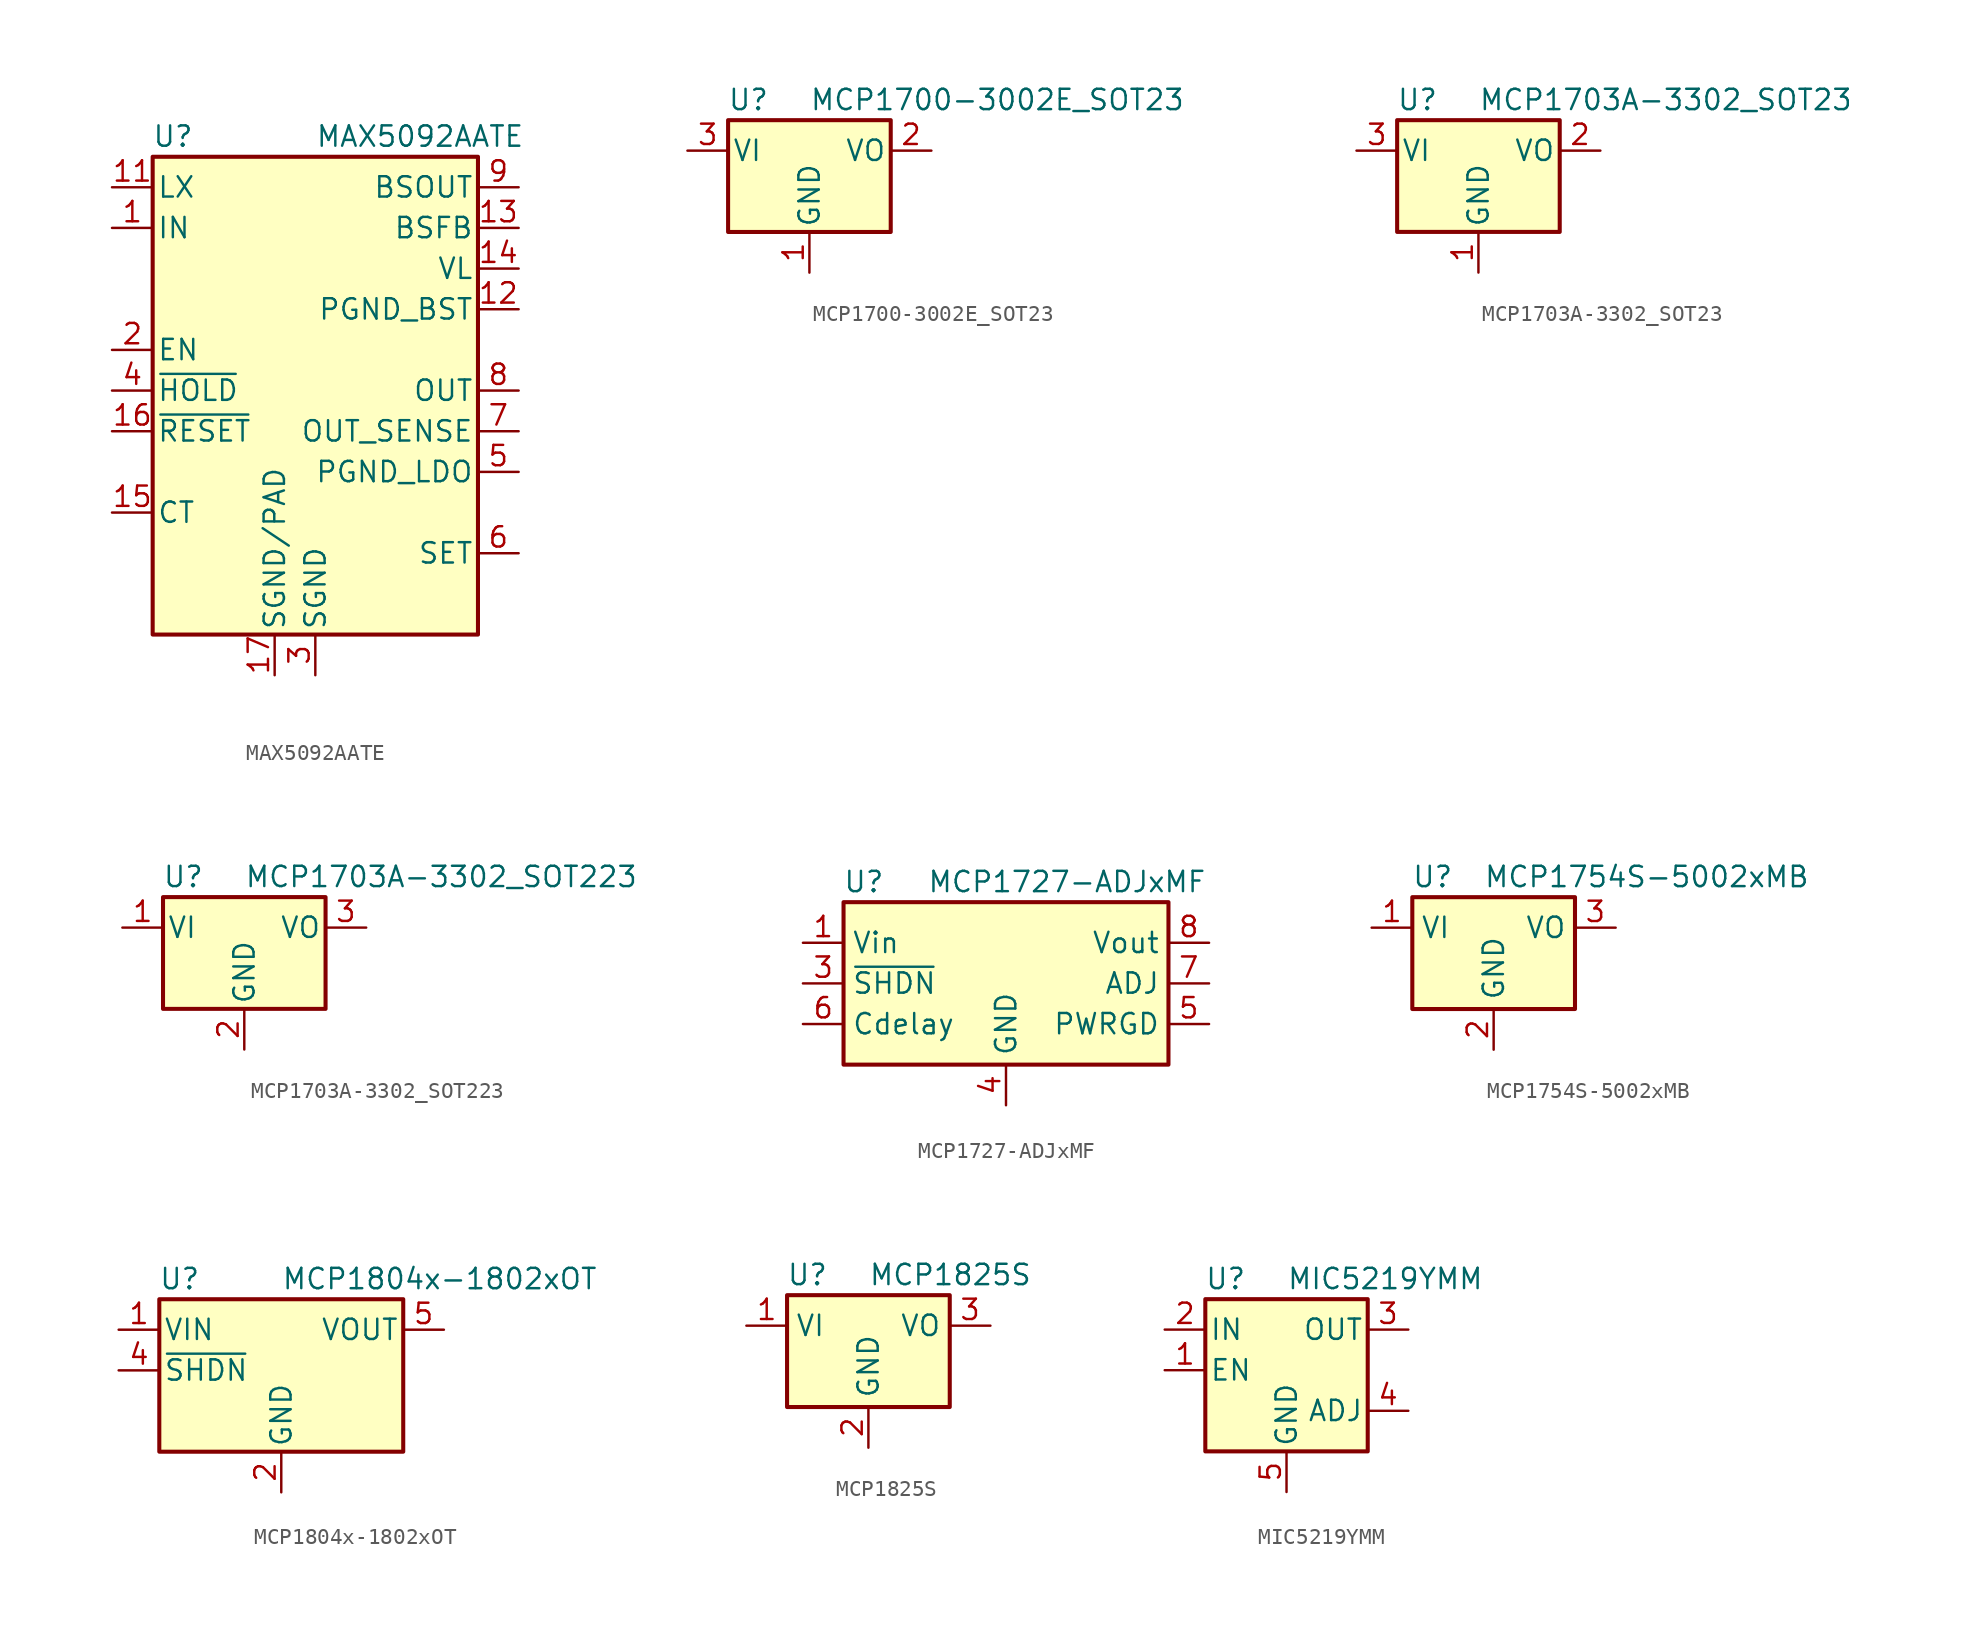
<source format=kicad_sym>
(kicad_symbol_lib
  (version 20211014)
  (generator kicad_symbol_editor)
  (symbol "MAX5092AATE"
    (pin_names
      (offset 0.254))
    (property "Reference" "U"
      (at -8.89 15.875 0)
      (effects (font (size 1.27 1.27))))
    (property "Value" "MAX5092AATE"
      (at 0 15.875 0)
      (effects (font (size 1.27 1.27)) (justify left)))
    (symbol "MAX5092AATE_0_1"
      (rectangle (start -10.16 14.605) (end 10.16 -15.24) (stroke (width 0.254) (type default) (color 0 0 0 0)) (fill (type background))))
    (symbol "MAX5092AATE_1_1"
      (pin power_in line (at -12.7 10.16 0) (length 2.54) (name "IN" (effects (font (size 1.27 1.27)))) (number "1" (effects (font (size 1.27 1.27)))))
      (pin passive line (at -12.7 12.7 0) (length 2.54) hide (name "LX" (effects (font (size 1.27 1.27)))) (number "10" (effects (font (size 1.27 1.27)))))
      (pin passive line (at -12.7 12.7 0) (length 2.54) (name "LX" (effects (font (size 1.27 1.27)))) (number "11" (effects (font (size 1.27 1.27)))))
      (pin power_in line (at 12.7 5.08 180) (length 2.54) (name "PGND_BST" (effects (font (size 1.27 1.27)))) (number "12" (effects (font (size 1.27 1.27)))))
      (pin input line (at 12.7 10.16 180) (length 2.54) (name "BSFB" (effects (font (size 1.27 1.27)))) (number "13" (effects (font (size 1.27 1.27)))))
      (pin passive line (at 12.7 7.62 180) (length 2.54) (name "VL" (effects (font (size 1.27 1.27)))) (number "14" (effects (font (size 1.27 1.27)))))
      (pin passive line (at -12.7 -7.62 0) (length 2.54) (name "CT" (effects (font (size 1.27 1.27)))) (number "15" (effects (font (size 1.27 1.27)))))
      (pin open_collector line (at -12.7 -2.54 0) (length 2.54) (name "~{RESET}" (effects (font (size 1.27 1.27)))) (number "16" (effects (font (size 1.27 1.27)))))
      (pin power_in line (at -2.54 -17.78 90) (length 2.54) (name "SGND/PAD" (effects (font (size 1.27 1.27)))) (number "17" (effects (font (size 1.27 1.27)))))
      (pin input line (at -12.7 2.54 0) (length 2.54) (name "EN" (effects (font (size 1.27 1.27)))) (number "2" (effects (font (size 1.27 1.27)))))
      (pin power_in line (at 0 -17.78 90) (length 2.54) (name "SGND" (effects (font (size 1.27 1.27)))) (number "3" (effects (font (size 1.27 1.27)))))
      (pin input line (at -12.7 0 0) (length 2.54) (name "~{HOLD}" (effects (font (size 1.27 1.27)))) (number "4" (effects (font (size 1.27 1.27)))))
      (pin power_in line (at 12.7 -5.08 180) (length 2.54) (name "PGND_LDO" (effects (font (size 1.27 1.27)))) (number "5" (effects (font (size 1.27 1.27)))))
      (pin input line (at 12.7 -10.16 180) (length 2.54) (name "SET" (effects (font (size 1.27 1.27)))) (number "6" (effects (font (size 1.27 1.27)))))
      (pin input line (at 12.7 -2.54 180) (length 2.54) (name "OUT_SENSE" (effects (font (size 1.27 1.27)))) (number "7" (effects (font (size 1.27 1.27)))))
      (pin power_out line (at 12.7 0 180) (length 2.54) (name "OUT" (effects (font (size 1.27 1.27)))) (number "8" (effects (font (size 1.27 1.27)))))
      (pin power_out line (at 12.7 12.7 180) (length 2.54) (name "BSOUT" (effects (font (size 1.27 1.27)))) (number "9" (effects (font (size 1.27 1.27)))))))
  (symbol "MCP1700-3002E_SOT23"
    (pin_names
      (offset 0.254))
    (property "Reference" "U"
      (at -3.81 3.175 0)
      (effects (font (size 1.27 1.27))))
    (property "Value" "MCP1700-3002E_SOT23"
      (at 0 3.175 0)
      (effects (font (size 1.27 1.27)) (justify left)))
    (symbol "MCP1700-3002E_SOT23_0_1"
      (rectangle (start -5.08 1.905) (end 5.08 -5.08) (stroke (width 0.254) (type default) (color 0 0 0 0)) (fill (type background))))
    (symbol "MCP1700-3002E_SOT23_1_1"
      (pin power_in line (at 0 -7.62 90) (length 2.54) (name "GND" (effects (font (size 1.27 1.27)))) (number "1" (effects (font (size 1.27 1.27)))))
      (pin power_out line (at 7.62 0 180) (length 2.54) (name "VO" (effects (font (size 1.27 1.27)))) (number "2" (effects (font (size 1.27 1.27)))))
      (pin power_in line (at -7.62 0 0) (length 2.54) (name "VI" (effects (font (size 1.27 1.27)))) (number "3" (effects (font (size 1.27 1.27)))))))
  (symbol "MCP1703A-3302_SOT23"
    (pin_names
      (offset 0.254))
    (property "Reference" "U"
      (at -3.81 3.175 0)
      (effects (font (size 1.27 1.27))))
    (property "Value" "MCP1703A-3302_SOT23"
      (at 0 3.175 0)
      (effects (font (size 1.27 1.27)) (justify left)))
    (symbol "MCP1703A-3302_SOT23_0_1"
      (rectangle (start -5.08 -5.08) (end 5.08 1.905) (stroke (width 0.254) (type default) (color 0 0 0 0)) (fill (type background))))
    (symbol "MCP1703A-3302_SOT23_1_1"
      (pin power_in line (at 0 -7.62 90) (length 2.54) (name "GND" (effects (font (size 1.27 1.27)))) (number "1" (effects (font (size 1.27 1.27)))))
      (pin power_out line (at 7.62 0 180) (length 2.54) (name "VO" (effects (font (size 1.27 1.27)))) (number "2" (effects (font (size 1.27 1.27)))))
      (pin power_in line (at -7.62 0 0) (length 2.54) (name "VI" (effects (font (size 1.27 1.27)))) (number "3" (effects (font (size 1.27 1.27)))))))
  (symbol "MCP1703A-3302_SOT223"
    (pin_names
      (offset 0.254))
    (property "Reference" "U"
      (at -3.81 3.175 0)
      (effects (font (size 1.27 1.27))))
    (property "Value" "MCP1703A-3302_SOT223"
      (at 0 3.175 0)
      (effects (font (size 1.27 1.27)) (justify left)))
    (symbol "MCP1703A-3302_SOT223_0_1"
      (rectangle (start -5.08 -5.08) (end 5.08 1.905) (stroke (width 0.254) (type default) (color 0 0 0 0)) (fill (type background))))
    (symbol "MCP1703A-3302_SOT223_1_1"
      (pin power_in line (at -7.62 0 0) (length 2.54) (name "VI" (effects (font (size 1.27 1.27)))) (number "1" (effects (font (size 1.27 1.27)))))
      (pin power_in line (at 0 -7.62 90) (length 2.54) (name "GND" (effects (font (size 1.27 1.27)))) (number "2" (effects (font (size 1.27 1.27)))))
      (pin power_out line (at 7.62 0 180) (length 2.54) (name "VO" (effects (font (size 1.27 1.27)))) (number "3" (effects (font (size 1.27 1.27)))))))
  (symbol "MCP1727-ADJxMF"
    (property "Reference" "U"
      (at -8.89 6.35 0)
      (effects (font (size 1.27 1.27))))
    (property "Value" "MCP1727-ADJxMF"
      (at 3.81 6.35 0)
      (effects (font (size 1.27 1.27))))
    (symbol "MCP1727-ADJxMF_0_0"
      (pin power_in line (at 0 -7.62 90) (length 2.54) (name "GND" (effects (font (size 1.27 1.27)))) (number "4" (effects (font (size 1.27 1.27)))))
      (pin open_collector line (at 12.7 -2.54 180) (length 2.54) (name "PWRGD" (effects (font (size 1.27 1.27)))) (number "5" (effects (font (size 1.27 1.27)))))
      (pin input line (at -12.7 -2.54 0) (length 2.54) (name "Cdelay" (effects (font (size 1.27 1.27)))) (number "6" (effects (font (size 1.27 1.27)))))
      (pin input line (at 12.7 0 180) (length 2.54) (name "ADJ" (effects (font (size 1.27 1.27)))) (number "7" (effects (font (size 1.27 1.27)))))
      (pin power_out line (at 12.7 2.54 180) (length 2.54) (name "Vout" (effects (font (size 1.27 1.27)))) (number "8" (effects (font (size 1.27 1.27)))))
      (pin passive line (at 0 -7.62 90) (length 2.54) hide (name "GND" (effects (font (size 1.27 1.27)))) (number "9" (effects (font (size 1.27 1.27))))))
    (symbol "MCP1727-ADJxMF_0_1"
      (rectangle (start -10.16 5.08) (end 10.16 -5.08) (stroke (width 0.254) (type default) (color 0 0 0 0)) (fill (type background))))
    (symbol "MCP1727-ADJxMF_1_1"
      (pin power_in line (at -12.7 2.54 0) (length 2.54) (name "Vin" (effects (font (size 1.27 1.27)))) (number "1" (effects (font (size 1.27 1.27)))))
      (pin passive line (at -12.7 2.54 0) (length 2.54) hide (name "Vin" (effects (font (size 1.27 1.27)))) (number "2" (effects (font (size 1.27 1.27)))))
      (pin input line (at -12.7 0 0) (length 2.54) (name "~{SHDN}" (effects (font (size 1.27 1.27)))) (number "3" (effects (font (size 1.27 1.27)))))))
  (symbol "MCP1754S-5002xMB"
    (property "Reference" "U"
      (at -3.81 3.175 0)
      (effects (font (size 1.27 1.27))))
    (property "Value" "MCP1754S-5002xMB"
      (at -0.635 3.175 0)
      (effects (font (size 1.27 1.27)) (justify left)))
    (symbol "MCP1754S-5002xMB_0_1"
      (rectangle (start -5.08 -5.08) (end 5.08 1.905) (stroke (width 0.254) (type default) (color 0 0 0 0)) (fill (type background))))
    (symbol "MCP1754S-5002xMB_1_1"
      (pin power_in line (at -7.62 0 0) (length 2.54) (name "VI" (effects (font (size 1.27 1.27)))) (number "1" (effects (font (size 1.27 1.27)))))
      (pin power_in line (at 0 -7.62 90) (length 2.54) (name "GND" (effects (font (size 1.27 1.27)))) (number "2" (effects (font (size 1.27 1.27)))))
      (pin power_out line (at 7.62 0 180) (length 2.54) (name "VO" (effects (font (size 1.27 1.27)))) (number "3" (effects (font (size 1.27 1.27)))))))
  (symbol "MCP1804x-1802xOT"
    (pin_names
      (offset 0.254))
    (property "Reference" "U"
      (at -6.35 5.715 0)
      (effects (font (size 1.27 1.27))))
    (property "Value" "MCP1804x-1802xOT"
      (at 0 5.715 0)
      (effects (font (size 1.27 1.27)) (justify left)))
    (symbol "MCP1804x-1802xOT_0_1"
      (rectangle (start -7.62 -5.08) (end 7.62 4.445) (stroke (width 0.254) (type default) (color 0 0 0 0)) (fill (type background))))
    (symbol "MCP1804x-1802xOT_1_1"
      (pin power_in line (at -10.16 2.54 0) (length 2.54) (name "VIN" (effects (font (size 1.27 1.27)))) (number "1" (effects (font (size 1.27 1.27)))))
      (pin power_in line (at 0 -7.62 90) (length 2.54) (name "GND" (effects (font (size 1.27 1.27)))) (number "2" (effects (font (size 1.27 1.27)))))
      (pin no_connect line (at 7.62 0 180) (length 2.54) hide (name "NC" (effects (font (size 1.27 1.27)))) (number "3" (effects (font (size 1.27 1.27)))))
      (pin input line (at -10.16 0 0) (length 2.54) (name "~{SHDN}" (effects (font (size 1.27 1.27)))) (number "4" (effects (font (size 1.27 1.27)))))
      (pin power_out line (at 10.16 2.54 180) (length 2.54) (name "VOUT" (effects (font (size 1.27 1.27)))) (number "5" (effects (font (size 1.27 1.27)))))))
  (symbol "MCP1825S"
    (property "Reference" "U"
      (at -3.81 3.175 0)
      (effects (font (size 1.27 1.27))))
    (property "Value" "MCP1825S"
      (at 0 3.175 0)
      (effects (font (size 1.27 1.27)) (justify left)))
    (symbol "MCP1825S_0_1"
      (rectangle (start -5.08 1.905) (end 5.08 -5.08) (stroke (width 0.254) (type default) (color 0 0 0 0)) (fill (type background))))
    (symbol "MCP1825S_1_1"
      (pin power_in line (at -7.62 0 0) (length 2.54) (name "VI" (effects (font (size 1.27 1.27)))) (number "1" (effects (font (size 1.27 1.27)))))
      (pin power_in line (at 0 -7.62 90) (length 2.54) (name "GND" (effects (font (size 1.27 1.27)))) (number "2" (effects (font (size 1.27 1.27)))))
      (pin power_out line (at 7.62 0 180) (length 2.54) (name "VO" (effects (font (size 1.27 1.27)))) (number "3" (effects (font (size 1.27 1.27)))))))
  (symbol "MIC5219YMM"
    (pin_names
      (offset 0.254))
    (property "Reference" "U"
      (at -3.81 5.715 0)
      (effects (font (size 1.27 1.27))))
    (property "Value" "MIC5219YMM"
      (at 0 5.715 0)
      (effects (font (size 1.27 1.27)) (justify left)))
    (symbol "MIC5219YMM_0_1"
      (rectangle (start -5.08 4.445) (end 5.08 -5.08) (stroke (width 0.254) (type default) (color 0 0 0 0)) (fill (type background))))
    (symbol "MIC5219YMM_1_1"
      (pin input line (at -7.62 0 0) (length 2.54) (name "EN" (effects (font (size 1.27 1.27)))) (number "1" (effects (font (size 1.27 1.27)))))
      (pin power_in line (at -7.62 2.54 0) (length 2.54) (name "IN" (effects (font (size 1.27 1.27)))) (number "2" (effects (font (size 1.27 1.27)))))
      (pin power_out line (at 7.62 2.54 180) (length 2.54) (name "OUT" (effects (font (size 1.27 1.27)))) (number "3" (effects (font (size 1.27 1.27)))))
      (pin input line (at 7.62 -2.54 180) (length 2.54) (name "ADJ" (effects (font (size 1.27 1.27)))) (number "4" (effects (font (size 1.27 1.27)))))
      (pin power_in line (at 0 -7.62 90) (length 2.54) (name "GND" (effects (font (size 1.27 1.27)))) (number "5" (effects (font (size 1.27 1.27)))))
      (pin passive line (at 0 -7.62 90) (length 2.54) hide (name "GND" (effects (font (size 1.27 1.27)))) (number "6" (effects (font (size 1.27 1.27)))))
      (pin passive line (at 0 -7.62 90) (length 2.54) hide (name "GND" (effects (font (size 1.27 1.27)))) (number "7" (effects (font (size 1.27 1.27)))))
      (pin passive line (at 0 -7.62 90) (length 2.54) hide (name "GND" (effects (font (size 1.27 1.27)))) (number "8" (effects (font (size 1.27 1.27))))))))
</source>
